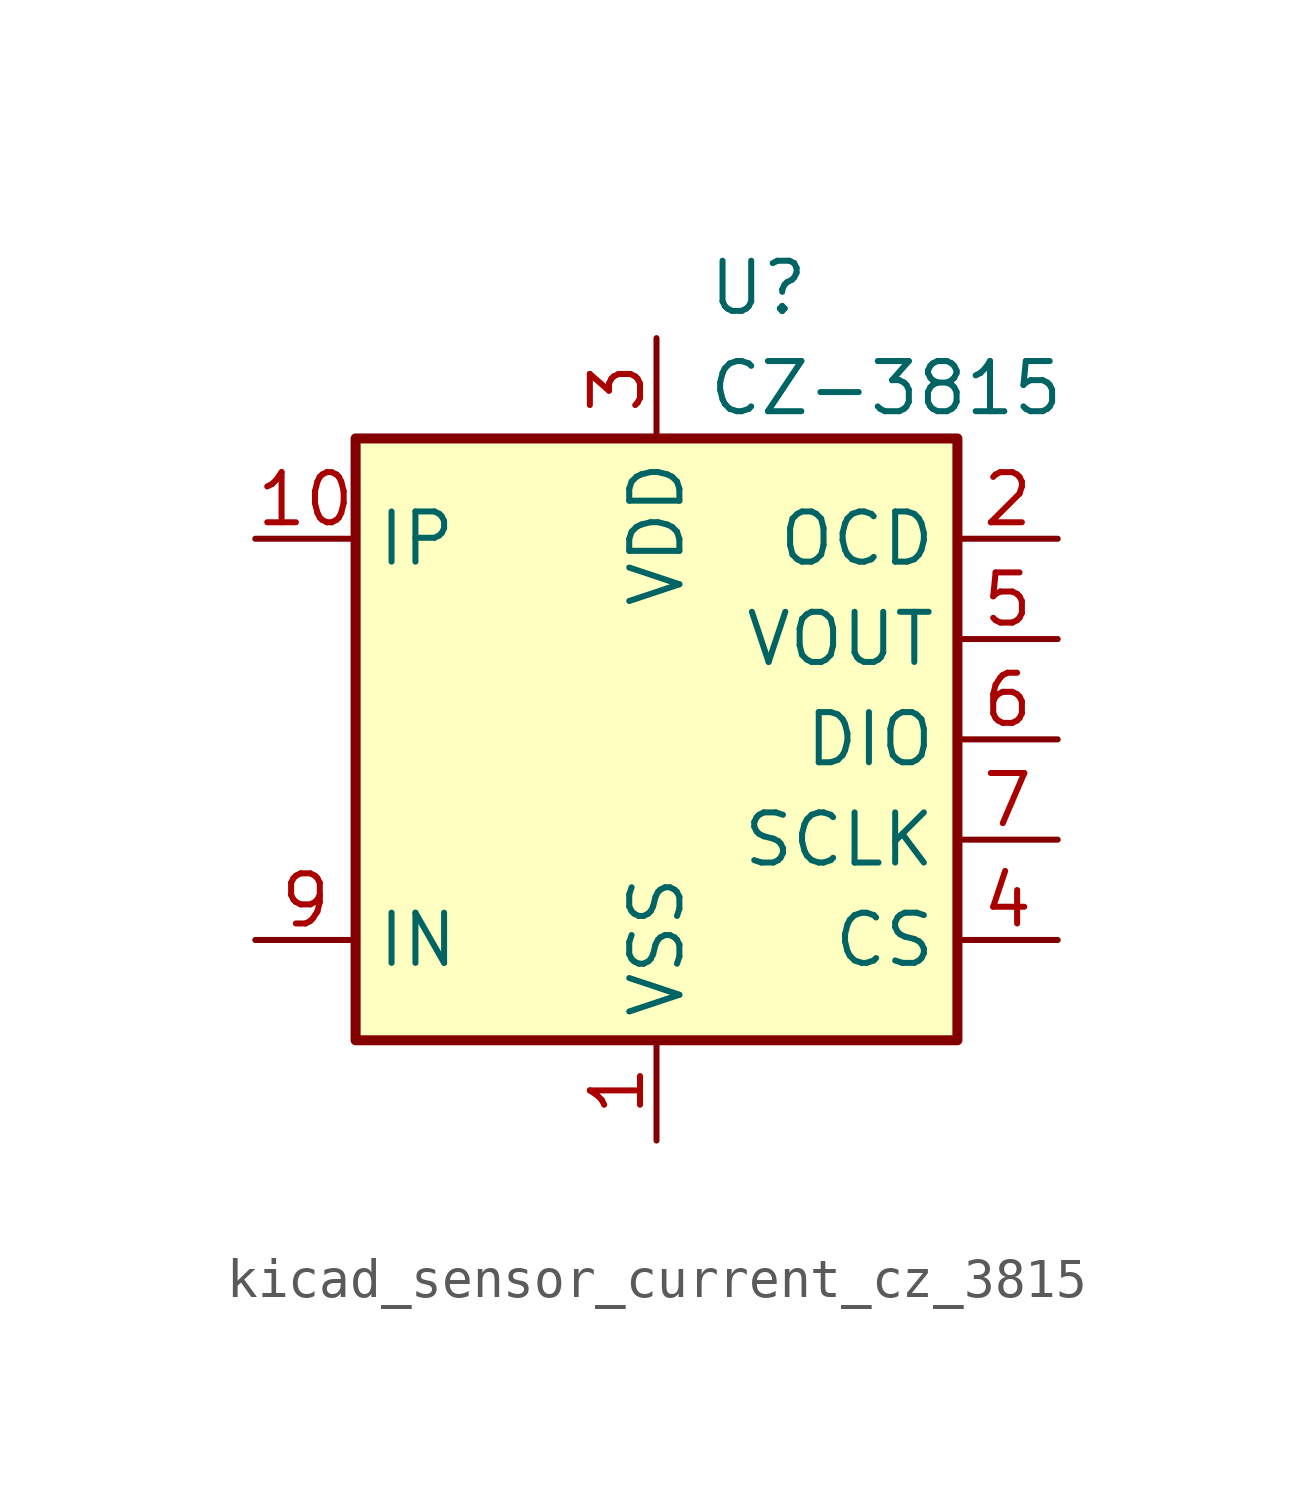
<source format=kicad_sym>
(kicad_symbol_lib
  (version 20220914)
  (generator kicad_symbol_editor)
  (symbol "kicad_sensor_current_cz_3815"
    (property "Reference" "U"
      (at 1.27 11.43 0)
      (effects (font (size 1.27 1.27)) (justify left)))
    (property "Value" "CZ-3815"
      (at 1.27 8.89 0)
      (effects (font (size 1.27 1.27)) (justify left)))
    (symbol "kicad_sensor_current_cz_3815_0_1"
      (rectangle (start -7.62 7.62) (end 7.62 -7.62) (stroke (width 0.254) (type default)) (fill (type background))))
    (symbol "kicad_sensor_current_cz_3815_1_1"
      (pin power_in line (at 0 -10.16 90) (length 2.54) (name "VSS" (effects (font (size 1.27 1.27)))) (number "1" (effects (font (size 1.27 1.27)))))
      (pin passive line (at -10.16 5.08 0) (length 2.54) (name "IP" (effects (font (size 1.27 1.27)))) (number "10" (effects (font (size 1.27 1.27)))))
      (pin output line (at 10.16 5.08 180) (length 2.54) (name "OCD" (effects (font (size 1.27 1.27)))) (number "2" (effects (font (size 1.27 1.27)))))
      (pin power_in line (at 0 10.16 270) (length 2.54) (name "VDD" (effects (font (size 1.27 1.27)))) (number "3" (effects (font (size 1.27 1.27)))))
      (pin input line (at 10.16 -5.08 180) (length 2.54) (name "CS" (effects (font (size 1.27 1.27)))) (number "4" (effects (font (size 1.27 1.27)))))
      (pin output line (at 10.16 2.54 180) (length 2.54) (name "VOUT" (effects (font (size 1.27 1.27)))) (number "5" (effects (font (size 1.27 1.27)))))
      (pin bidirectional line (at 10.16 0 180) (length 2.54) (name "DIO" (effects (font (size 1.27 1.27)))) (number "6" (effects (font (size 1.27 1.27)))))
      (pin input line (at 10.16 -2.54 180) (length 2.54) (name "SCLK" (effects (font (size 1.27 1.27)))) (number "7" (effects (font (size 1.27 1.27)))))
      (pin passive line (at 0 -10.16 90) (length 2.54) hide (name "VSS" (effects (font (size 1.27 1.27)))) (number "8" (effects (font (size 1.27 1.27)))))
      (pin passive line (at -10.16 -5.08 0) (length 2.54) (name "IN" (effects (font (size 1.27 1.27)))) (number "9" (effects (font (size 1.27 1.27))))))))
</source>
